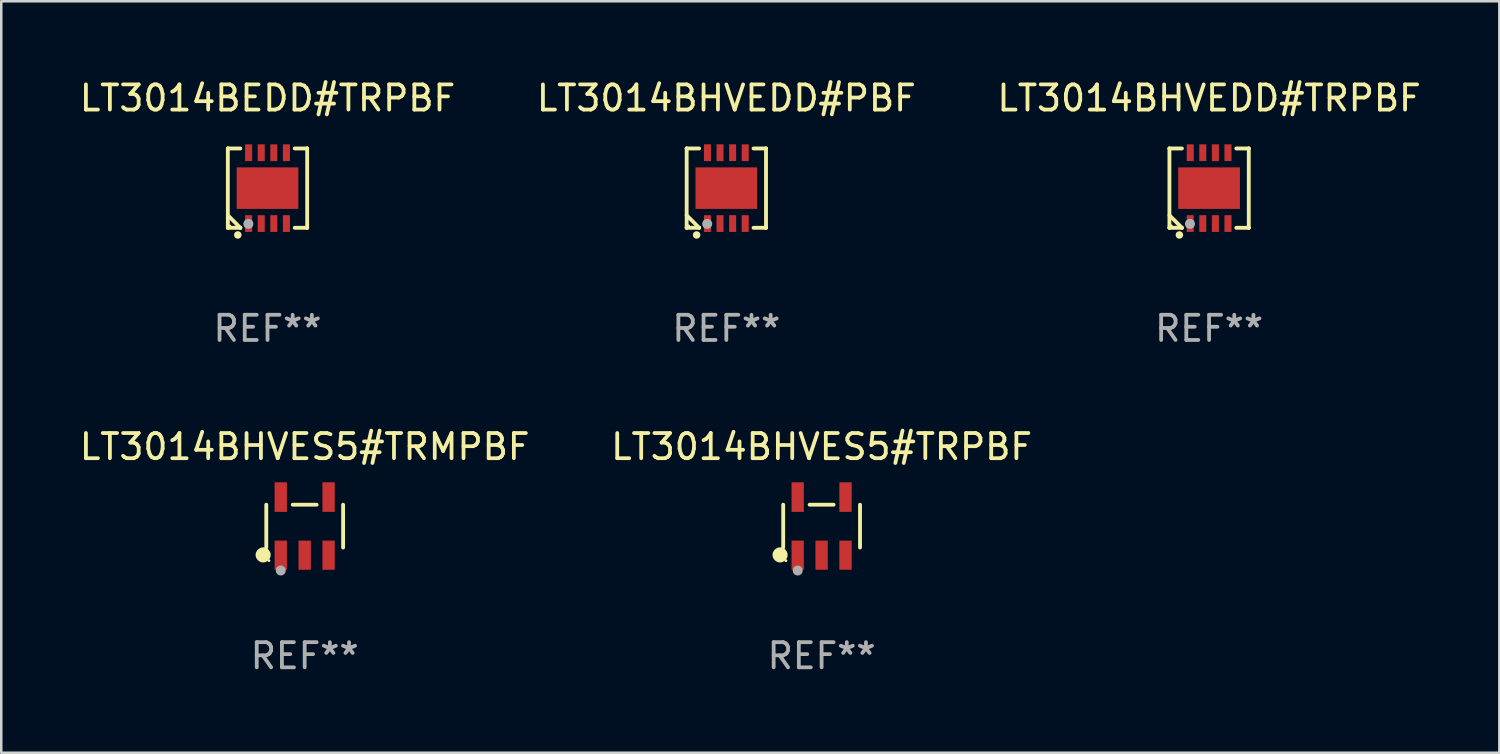
<source format=kicad_pcb>
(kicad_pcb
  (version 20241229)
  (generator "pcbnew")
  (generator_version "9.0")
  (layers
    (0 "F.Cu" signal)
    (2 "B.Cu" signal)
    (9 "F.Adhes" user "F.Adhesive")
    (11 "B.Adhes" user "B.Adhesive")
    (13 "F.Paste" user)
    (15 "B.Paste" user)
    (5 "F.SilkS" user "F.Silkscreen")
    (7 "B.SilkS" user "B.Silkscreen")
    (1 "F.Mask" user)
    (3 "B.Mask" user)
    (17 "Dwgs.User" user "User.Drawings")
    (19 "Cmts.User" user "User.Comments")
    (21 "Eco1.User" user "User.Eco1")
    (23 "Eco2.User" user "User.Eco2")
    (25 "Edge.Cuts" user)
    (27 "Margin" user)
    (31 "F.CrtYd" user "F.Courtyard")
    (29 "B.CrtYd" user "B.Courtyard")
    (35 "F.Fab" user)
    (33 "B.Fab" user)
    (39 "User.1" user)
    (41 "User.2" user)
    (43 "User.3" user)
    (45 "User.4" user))
  (footprint "LT3014BHVES5#TRPBF"
    (layer "F.Cu")
    (at 29.589 17.851)
    (property "Reference" "LT3014BHVES5#TRPBF" (at 0 -3.154 0) (layer "F.SilkS") (effects (font (size 1 1) (thickness 0.15))))
    (attr through_hole)
    (fp_line (start -1.526 0.851) (end -1.526 -0.851) (stroke (width 0.152) (type solid)) (layer "F.SilkS"))
    (fp_line (start 0.476 -0.851) (end -0.476 -0.851) (stroke (width 0.152) (type solid)) (layer "F.SilkS"))
    (fp_line (start 1.526 0.851) (end 1.526 -0.851) (stroke (width 0.152) (type solid)) (layer "F.SilkS"))
    (fp_circle (center -1.651 1.143) (end -1.501 1.143) (stroke (width 0.3) (type solid)) (fill no) (layer "F.SilkS"))
    (fp_circle (center -1.42 1.37) (end -1.39 1.37) (stroke (width 0.06) (type solid)) (fill no) (layer "F.SilkS"))
    (fp_circle (center -0.95 1.763) (end -0.85 1.763) (stroke (width 0.2) (type solid)) (fill no) (layer "F.Fab"))
    (fp_text user "REF**" (at 0 5.154 0) (layer "F.Fab") (effects (font (size 1 1) (thickness 0.15))))
    (pad "1" smd rect (at -0.95 1.154) (size 0.49 1.157) (layers "F.Cu" "F.Mask" "F.Paste"))
    (pad "2" smd rect (at 0 1.154) (size 0.49 1.157) (layers "F.Cu" "F.Mask" "F.Paste"))
    (pad "3" smd rect (at 0.95 1.154) (size 0.49 1.157) (layers "F.Cu" "F.Mask" "F.Paste"))
    (pad "4" smd rect (at 0.95 -1.154) (size 0.49 1.175) (layers "F.Cu" "F.Mask" "F.Paste"))
    (pad "5" smd rect (at -0.95 -1.154) (size 0.49 1.175) (layers "F.Cu" "F.Mask" "F.Paste")))
  (footprint "LT3014BHVES5#TRMPBF"
    (layer "F.Cu")
    (at 9.054 17.851)
    (property "Reference" "LT3014BHVES5#TRMPBF" (at 0 -3.154 0) (layer "F.SilkS") (effects (font (size 1 1) (thickness 0.15))))
    (attr through_hole)
    (fp_line (start -1.526 0.851) (end -1.526 -0.851) (stroke (width 0.152) (type solid)) (layer "F.SilkS"))
    (fp_line (start 0.476 -0.851) (end -0.476 -0.851) (stroke (width 0.152) (type solid)) (layer "F.SilkS"))
    (fp_line (start 1.526 0.851) (end 1.526 -0.851) (stroke (width 0.152) (type solid)) (layer "F.SilkS"))
    (fp_circle (center -1.651 1.143) (end -1.501 1.143) (stroke (width 0.3) (type solid)) (fill no) (layer "F.SilkS"))
    (fp_circle (center -1.42 1.37) (end -1.39 1.37) (stroke (width 0.06) (type solid)) (fill no) (layer "F.SilkS"))
    (fp_circle (center -0.95 1.763) (end -0.85 1.763) (stroke (width 0.2) (type solid)) (fill no) (layer "F.Fab"))
    (fp_text user "REF**" (at 0 5.154 0) (layer "F.Fab") (effects (font (size 1 1) (thickness 0.15))))
    (pad "1" smd rect (at -0.95 1.154) (size 0.49 1.157) (layers "F.Cu" "F.Mask" "F.Paste"))
    (pad "2" smd rect (at 0 1.154) (size 0.49 1.157) (layers "F.Cu" "F.Mask" "F.Paste"))
    (pad "3" smd rect (at 0.95 1.154) (size 0.49 1.157) (layers "F.Cu" "F.Mask" "F.Paste"))
    (pad "4" smd rect (at 0.95 -1.154) (size 0.49 1.175) (layers "F.Cu" "F.Mask" "F.Paste"))
    (pad "5" smd rect (at -0.95 -1.154) (size 0.49 1.175) (layers "F.Cu" "F.Mask" "F.Paste")))
  (footprint "LT3014BHVEDD#PBF"
    (layer "F.Cu")
    (at 25.804 4.424)
    (property "Reference" "LT3014BHVEDD#PBF" (at 0 -3.576 0) (layer "F.SilkS") (effects (font (size 1 1) (thickness 0.15))))
    (attr through_hole)
    (fp_line (start -1.576 -1.576) (end -1.576 -1.576) (stroke (width 0.152) (type solid)) (layer "F.SilkS"))
    (fp_line (start -1.576 -1.576) (end -1.08 -1.576) (stroke (width 0.152) (type solid)) (layer "F.SilkS"))
    (fp_line (start -1.576 1.576) (end -1.576 -1.576) (stroke (width 0.152) (type solid)) (layer "F.SilkS"))
    (fp_line (start -1.576 1.576) (end -1.576 1.576) (stroke (width 0.152) (type solid)) (layer "F.SilkS"))
    (fp_line (start -1.08 1.575) (end -1.576 1.079) (stroke (width 0.152) (type solid)) (layer "F.SilkS"))
    (fp_line (start -1.08 1.576) (end -1.576 1.576) (stroke (width 0.152) (type solid)) (layer "F.SilkS"))
    (fp_line (start -1.08 1.576) (end -1.08 1.575) (stroke (width 0.152) (type solid)) (layer "F.SilkS"))
    (fp_line (start 1.08 1.576) (end 1.576 1.576) (stroke (width 0.152) (type solid)) (layer "F.SilkS"))
    (fp_line (start 1.576 -1.576) (end 1.08 -1.576) (stroke (width 0.152) (type solid)) (layer "F.SilkS"))
    (fp_line (start 1.576 -1.576) (end 1.576 -1.576) (stroke (width 0.152) (type solid)) (layer "F.SilkS"))
    (fp_line (start 1.576 1.576) (end 1.576 -1.576) (stroke (width 0.152) (type solid)) (layer "F.SilkS"))
    (fp_line (start 1.576 1.576) (end 1.576 1.576) (stroke (width 0.152) (type solid)) (layer "F.SilkS"))
    (fp_circle (center -1.5 1.5) (end -1.47 1.5) (stroke (width 0.06) (type solid)) (fill no) (layer "F.SilkS"))
    (fp_circle (center -1.18 1.86) (end -1.105 1.86) (stroke (width 0.15) (type solid)) (fill no) (layer "F.SilkS"))
    (fp_circle (center -0.76 1.42) (end -0.66 1.42) (stroke (width 0.2) (type solid)) (fill no) (layer "F.Fab"))
    (fp_text user "REF**" (at 0 5.576 0) (layer "F.Fab") (effects (font (size 1 1) (thickness 0.15))))
    (pad "1" smd rect (at -0.75 1.407) (size 0.28 0.665) (layers "F.Cu" "F.Mask" "F.Paste"))
    (pad "2" smd rect (at -0.25 1.407) (size 0.28 0.665) (layers "F.Cu" "F.Mask" "F.Paste"))
    (pad "3" smd rect (at 0.25 1.407) (size 0.28 0.665) (layers "F.Cu" "F.Mask" "F.Paste"))
    (pad "4" smd rect (at 0.75 1.407) (size 0.28 0.665) (layers "F.Cu" "F.Mask" "F.Paste"))
    (pad "5" smd rect (at 0.75 -1.407) (size 0.28 0.665) (layers "F.Cu" "F.Mask" "F.Paste"))
    (pad "6" smd rect (at 0.25 -1.407) (size 0.28 0.665) (layers "F.Cu" "F.Mask" "F.Paste"))
    (pad "7" smd rect (at -0.25 -1.407) (size 0.28 0.665) (layers "F.Cu" "F.Mask" "F.Paste"))
    (pad "8" smd rect (at -0.75 -1.407) (size 0.28 0.665) (layers "F.Cu" "F.Mask" "F.Paste"))
    (pad "9" smd rect (at 0 0) (size 2.45 1.65) (layers "F.Cu" "F.Mask" "F.Paste")))
  (footprint "LT3014BHVEDD#TRPBF"
    (layer "F.Cu")
    (at 44.982 4.424)
    (property "Reference" "LT3014BHVEDD#TRPBF" (at 0 -3.576 0) (layer "F.SilkS") (effects (font (size 1 1) (thickness 0.15))))
    (attr through_hole)
    (fp_line (start -1.576 -1.576) (end -1.576 -1.576) (stroke (width 0.152) (type solid)) (layer "F.SilkS"))
    (fp_line (start -1.576 -1.576) (end -1.08 -1.576) (stroke (width 0.152) (type solid)) (layer "F.SilkS"))
    (fp_line (start -1.576 1.576) (end -1.576 -1.576) (stroke (width 0.152) (type solid)) (layer "F.SilkS"))
    (fp_line (start -1.576 1.576) (end -1.576 1.576) (stroke (width 0.152) (type solid)) (layer "F.SilkS"))
    (fp_line (start -1.08 1.575) (end -1.576 1.079) (stroke (width 0.152) (type solid)) (layer "F.SilkS"))
    (fp_line (start -1.08 1.576) (end -1.576 1.576) (stroke (width 0.152) (type solid)) (layer "F.SilkS"))
    (fp_line (start -1.08 1.576) (end -1.08 1.575) (stroke (width 0.152) (type solid)) (layer "F.SilkS"))
    (fp_line (start 1.08 1.576) (end 1.576 1.576) (stroke (width 0.152) (type solid)) (layer "F.SilkS"))
    (fp_line (start 1.576 -1.576) (end 1.08 -1.576) (stroke (width 0.152) (type solid)) (layer "F.SilkS"))
    (fp_line (start 1.576 -1.576) (end 1.576 -1.576) (stroke (width 0.152) (type solid)) (layer "F.SilkS"))
    (fp_line (start 1.576 1.576) (end 1.576 -1.576) (stroke (width 0.152) (type solid)) (layer "F.SilkS"))
    (fp_line (start 1.576 1.576) (end 1.576 1.576) (stroke (width 0.152) (type solid)) (layer "F.SilkS"))
    (fp_circle (center -1.5 1.5) (end -1.47 1.5) (stroke (width 0.06) (type solid)) (fill no) (layer "F.SilkS"))
    (fp_circle (center -1.18 1.86) (end -1.105 1.86) (stroke (width 0.15) (type solid)) (fill no) (layer "F.SilkS"))
    (fp_circle (center -0.76 1.42) (end -0.66 1.42) (stroke (width 0.2) (type solid)) (fill no) (layer "F.Fab"))
    (fp_text user "REF**" (at 0 5.576 0) (layer "F.Fab") (effects (font (size 1 1) (thickness 0.15))))
    (pad "1" smd rect (at -0.75 1.407) (size 0.28 0.665) (layers "F.Cu" "F.Mask" "F.Paste"))
    (pad "2" smd rect (at -0.25 1.407) (size 0.28 0.665) (layers "F.Cu" "F.Mask" "F.Paste"))
    (pad "3" smd rect (at 0.25 1.407) (size 0.28 0.665) (layers "F.Cu" "F.Mask" "F.Paste"))
    (pad "4" smd rect (at 0.75 1.407) (size 0.28 0.665) (layers "F.Cu" "F.Mask" "F.Paste"))
    (pad "5" smd rect (at 0.75 -1.407) (size 0.28 0.665) (layers "F.Cu" "F.Mask" "F.Paste"))
    (pad "6" smd rect (at 0.25 -1.407) (size 0.28 0.665) (layers "F.Cu" "F.Mask" "F.Paste"))
    (pad "7" smd rect (at -0.25 -1.407) (size 0.28 0.665) (layers "F.Cu" "F.Mask" "F.Paste"))
    (pad "8" smd rect (at -0.75 -1.407) (size 0.28 0.665) (layers "F.Cu" "F.Mask" "F.Paste"))
    (pad "9" smd rect (at 0 0) (size 2.45 1.65) (layers "F.Cu" "F.Mask" "F.Paste")))
  (footprint "LT3014BEDD#TRPBF"
    (layer "F.Cu")
    (at 7.577 4.424)
    (property "Reference" "LT3014BEDD#TRPBF" (at 0 -3.576 0) (layer "F.SilkS") (effects (font (size 1 1) (thickness 0.15))))
    (attr through_hole)
    (fp_line (start -1.576 -1.576) (end -1.576 -1.576) (stroke (width 0.152) (type solid)) (layer "F.SilkS"))
    (fp_line (start -1.576 -1.576) (end -1.08 -1.576) (stroke (width 0.152) (type solid)) (layer "F.SilkS"))
    (fp_line (start -1.576 1.576) (end -1.576 -1.576) (stroke (width 0.152) (type solid)) (layer "F.SilkS"))
    (fp_line (start -1.576 1.576) (end -1.576 1.576) (stroke (width 0.152) (type solid)) (layer "F.SilkS"))
    (fp_line (start -1.08 1.575) (end -1.576 1.079) (stroke (width 0.152) (type solid)) (layer "F.SilkS"))
    (fp_line (start -1.08 1.576) (end -1.576 1.576) (stroke (width 0.152) (type solid)) (layer "F.SilkS"))
    (fp_line (start -1.08 1.576) (end -1.08 1.575) (stroke (width 0.152) (type solid)) (layer "F.SilkS"))
    (fp_line (start 1.08 1.576) (end 1.576 1.576) (stroke (width 0.152) (type solid)) (layer "F.SilkS"))
    (fp_line (start 1.576 -1.576) (end 1.08 -1.576) (stroke (width 0.152) (type solid)) (layer "F.SilkS"))
    (fp_line (start 1.576 -1.576) (end 1.576 -1.576) (stroke (width 0.152) (type solid)) (layer "F.SilkS"))
    (fp_line (start 1.576 1.576) (end 1.576 -1.576) (stroke (width 0.152) (type solid)) (layer "F.SilkS"))
    (fp_line (start 1.576 1.576) (end 1.576 1.576) (stroke (width 0.152) (type solid)) (layer "F.SilkS"))
    (fp_circle (center -1.5 1.5) (end -1.47 1.5) (stroke (width 0.06) (type solid)) (fill no) (layer "F.SilkS"))
    (fp_circle (center -1.18 1.86) (end -1.105 1.86) (stroke (width 0.15) (type solid)) (fill no) (layer "F.SilkS"))
    (fp_circle (center -0.76 1.42) (end -0.66 1.42) (stroke (width 0.2) (type solid)) (fill no) (layer "F.Fab"))
    (fp_text user "REF**" (at 0 5.576 0) (layer "F.Fab") (effects (font (size 1 1) (thickness 0.15))))
    (pad "1" smd rect (at -0.75 1.407) (size 0.28 0.665) (layers "F.Cu" "F.Mask" "F.Paste"))
    (pad "2" smd rect (at -0.25 1.407) (size 0.28 0.665) (layers "F.Cu" "F.Mask" "F.Paste"))
    (pad "3" smd rect (at 0.25 1.407) (size 0.28 0.665) (layers "F.Cu" "F.Mask" "F.Paste"))
    (pad "4" smd rect (at 0.75 1.407) (size 0.28 0.665) (layers "F.Cu" "F.Mask" "F.Paste"))
    (pad "5" smd rect (at 0.75 -1.407) (size 0.28 0.665) (layers "F.Cu" "F.Mask" "F.Paste"))
    (pad "6" smd rect (at 0.25 -1.407) (size 0.28 0.665) (layers "F.Cu" "F.Mask" "F.Paste"))
    (pad "7" smd rect (at -0.25 -1.407) (size 0.28 0.665) (layers "F.Cu" "F.Mask" "F.Paste"))
    (pad "8" smd rect (at -0.75 -1.407) (size 0.28 0.665) (layers "F.Cu" "F.Mask" "F.Paste"))
    (pad "9" smd rect (at 0 0) (size 2.45 1.65) (layers "F.Cu" "F.Mask" "F.Paste")))
  (gr_rect
    (start -3 -3)
    (end 56.512 26.853)
    (stroke (width 0.1) (type default))
    (fill no)
    (layer "Edge.Cuts")))
</source>
